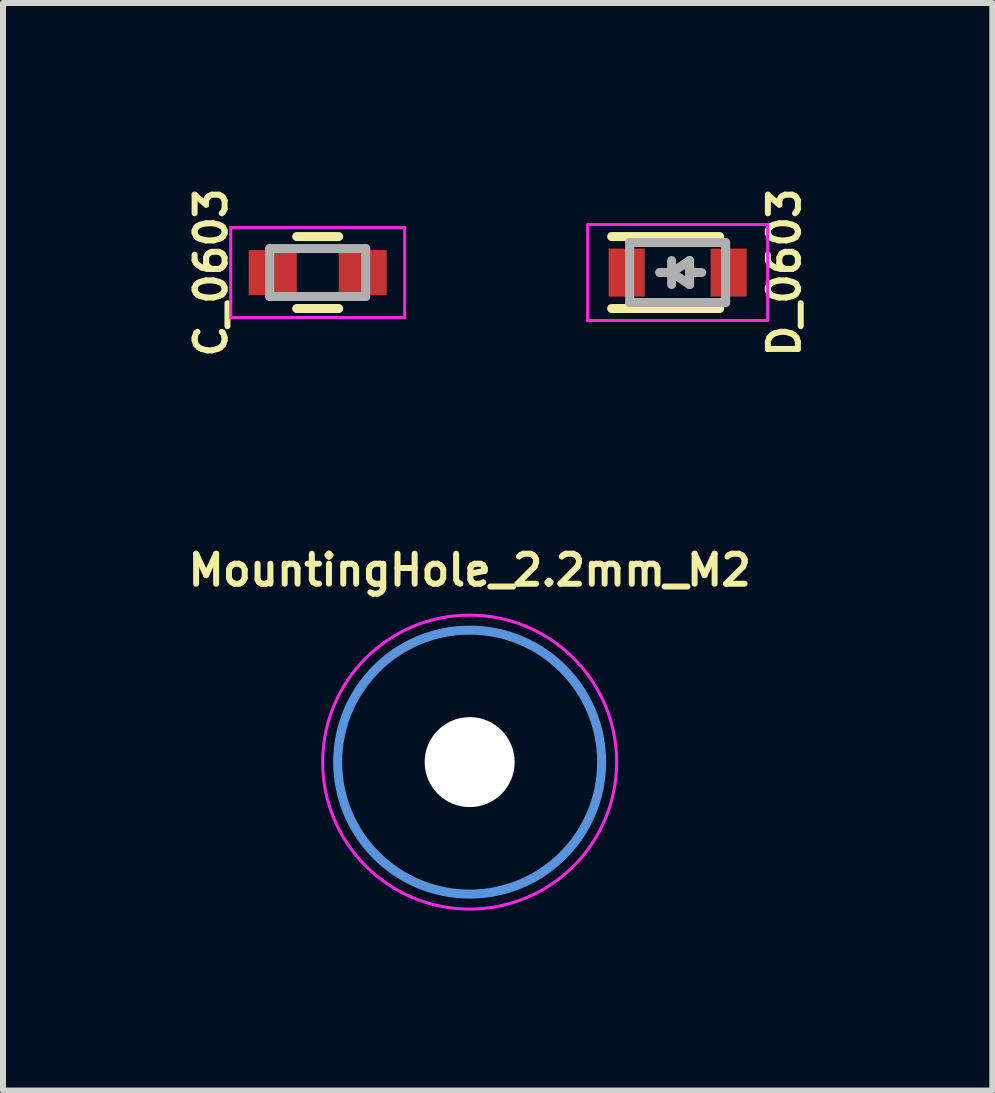
<source format=kicad_pcb>
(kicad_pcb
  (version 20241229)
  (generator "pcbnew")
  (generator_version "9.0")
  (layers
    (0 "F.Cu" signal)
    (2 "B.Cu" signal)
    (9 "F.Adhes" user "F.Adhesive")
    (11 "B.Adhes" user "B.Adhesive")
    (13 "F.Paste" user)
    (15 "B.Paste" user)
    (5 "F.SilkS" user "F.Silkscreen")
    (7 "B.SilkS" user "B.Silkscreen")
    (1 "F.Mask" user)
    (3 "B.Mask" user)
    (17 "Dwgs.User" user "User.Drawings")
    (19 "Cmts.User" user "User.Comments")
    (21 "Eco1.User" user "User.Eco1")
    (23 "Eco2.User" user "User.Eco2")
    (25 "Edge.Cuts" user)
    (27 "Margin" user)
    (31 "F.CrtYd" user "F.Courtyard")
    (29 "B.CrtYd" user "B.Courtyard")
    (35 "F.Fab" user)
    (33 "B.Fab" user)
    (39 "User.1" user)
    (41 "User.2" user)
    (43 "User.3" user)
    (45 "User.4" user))
  (footprint "MountingHole_2.2mm_M2"
    (layer "F.Cu")
    (at 4.779 9.654)
    (property "Reference" "MountingHole_2.2mm_M2" (at 0 -3.2 0) (layer "F.SilkS") (effects (font (size 0.5 0.5) (thickness 0.1))))
    (attr exclude_from_pos_files exclude_from_bom)
    (fp_circle (center 0 0) (end 2.2 0) (stroke (width 0.15) (type solid)) (fill no) (layer "Cmts.User"))
    (fp_circle (center 0 0) (end 2.45 0) (stroke (width 0.05) (type solid)) (fill no) (layer "F.CrtYd"))
    (pad "" np_thru_hole circle (at 0 0) (size 1.5 1.5) (drill 1.5) (layers "*.Cu" "*.Mask")))
  (footprint "C_0603"
    (layer "F.Cu")
    (at 2.246 1.493)
    (property "Reference" "C_0603" (at -1.778 0 90) (layer "F.SilkS") (effects (font (size 0.5 0.5) (thickness 0.1))))
    (attr smd)
    (fp_line (start -0.35 -0.6) (end 0.35 -0.6) (stroke (width 0.15) (type solid)) (layer "F.SilkS"))
    (fp_line (start 0.35 0.6) (end -0.35 0.6) (stroke (width 0.15) (type solid)) (layer "F.SilkS"))
    (fp_line (start -1.45 -0.75) (end -1.45 0.75) (stroke (width 0.05) (type solid)) (layer "F.CrtYd"))
    (fp_line (start -1.45 -0.75) (end 1.45 -0.75) (stroke (width 0.05) (type solid)) (layer "F.CrtYd"))
    (fp_line (start -1.45 0.75) (end 1.45 0.75) (stroke (width 0.05) (type solid)) (layer "F.CrtYd"))
    (fp_line (start 1.45 -0.75) (end 1.45 0.75) (stroke (width 0.05) (type solid)) (layer "F.CrtYd"))
    (fp_line (start -0.8 -0.4) (end 0.8 -0.4) (stroke (width 0.15) (type solid)) (layer "F.Fab"))
    (fp_line (start -0.8 0.4) (end -0.8 -0.4) (stroke (width 0.15) (type solid)) (layer "F.Fab"))
    (fp_line (start 0.8 -0.4) (end 0.8 0.4) (stroke (width 0.15) (type solid)) (layer "F.Fab"))
    (fp_line (start 0.8 0.4) (end -0.8 0.4) (stroke (width 0.15) (type solid)) (layer "F.Fab"))
    (pad "1" smd rect (at -0.75 0) (size 0.8 0.75) (layers "F.Cu" "F.Mask" "F.Paste"))
    (pad "2" smd rect (at 0.75 0) (size 0.8 0.75) (layers "F.Cu" "F.Mask" "F.Paste")))
  (footprint "D_0603"
    (layer "F.Cu")
    (at 8.246 1.493)
    (property "Reference" "D_0603" (at 1.778 0 90) (layer "F.SilkS") (effects (font (size 0.5 0.5) (thickness 0.1))))
    (attr smd)
    (fp_line (start -1.1 -0.6) (end 0.7 -0.6) (stroke (width 0.15) (type solid)) (layer "F.SilkS"))
    (fp_line (start -1.1 0.6) (end 0.7 0.6) (stroke (width 0.15) (type solid)) (layer "F.SilkS"))
    (fp_line (start -1.5 -0.8) (end -1.5 0.8) (stroke (width 0.05) (type solid)) (layer "F.CrtYd"))
    (fp_line (start -1.5 0.8) (end 1.5 0.8) (stroke (width 0.05) (type solid)) (layer "F.CrtYd"))
    (fp_line (start 1.5 -0.8) (end -1.5 -0.8) (stroke (width 0.05) (type solid)) (layer "F.CrtYd"))
    (fp_line (start 1.5 0.8) (end 1.5 -0.8) (stroke (width 0.05) (type solid)) (layer "F.CrtYd"))
    (fp_line (start -0.8 -0.5) (end 0.8 -0.5) (stroke (width 0.15) (type solid)) (layer "F.Fab"))
    (fp_line (start -0.8 0.5) (end -0.8 -0.5) (stroke (width 0.15) (type solid)) (layer "F.Fab"))
    (fp_line (start -0.1 -0.2) (end -0.1 0.2) (stroke (width 0.15) (type solid)) (layer "F.Fab"))
    (fp_line (start -0.1 0) (end -0.3 0) (stroke (width 0.15) (type solid)) (layer "F.Fab"))
    (fp_line (start -0.1 0) (end 0.2 0.2) (stroke (width 0.15) (type solid)) (layer "F.Fab"))
    (fp_line (start 0.2 -0.2) (end -0.1 0) (stroke (width 0.15) (type solid)) (layer "F.Fab"))
    (fp_line (start 0.2 0) (end 0.4 0) (stroke (width 0.15) (type solid)) (layer "F.Fab"))
    (fp_line (start 0.2 0.2) (end 0.2 -0.2) (stroke (width 0.15) (type solid)) (layer "F.Fab"))
    (fp_line (start 0.8 -0.5) (end 0.8 0.5) (stroke (width 0.15) (type solid)) (layer "F.Fab"))
    (fp_line (start 0.8 0.5) (end -0.8 0.5) (stroke (width 0.15) (type solid)) (layer "F.Fab"))
    (pad "1" smd rect (at -0.85 0) (size 0.6 0.8) (layers "F.Cu" "F.Mask" "F.Paste"))
    (pad "2" smd rect (at 0.85 0) (size 0.6 0.8) (layers "F.Cu" "F.Mask" "F.Paste")))
  (gr_rect
    (start -3 -3)
    (end 13.492 15.129)
    (stroke (width 0.1) (type default))
    (fill no)
    (layer "Edge.Cuts")))
</source>
